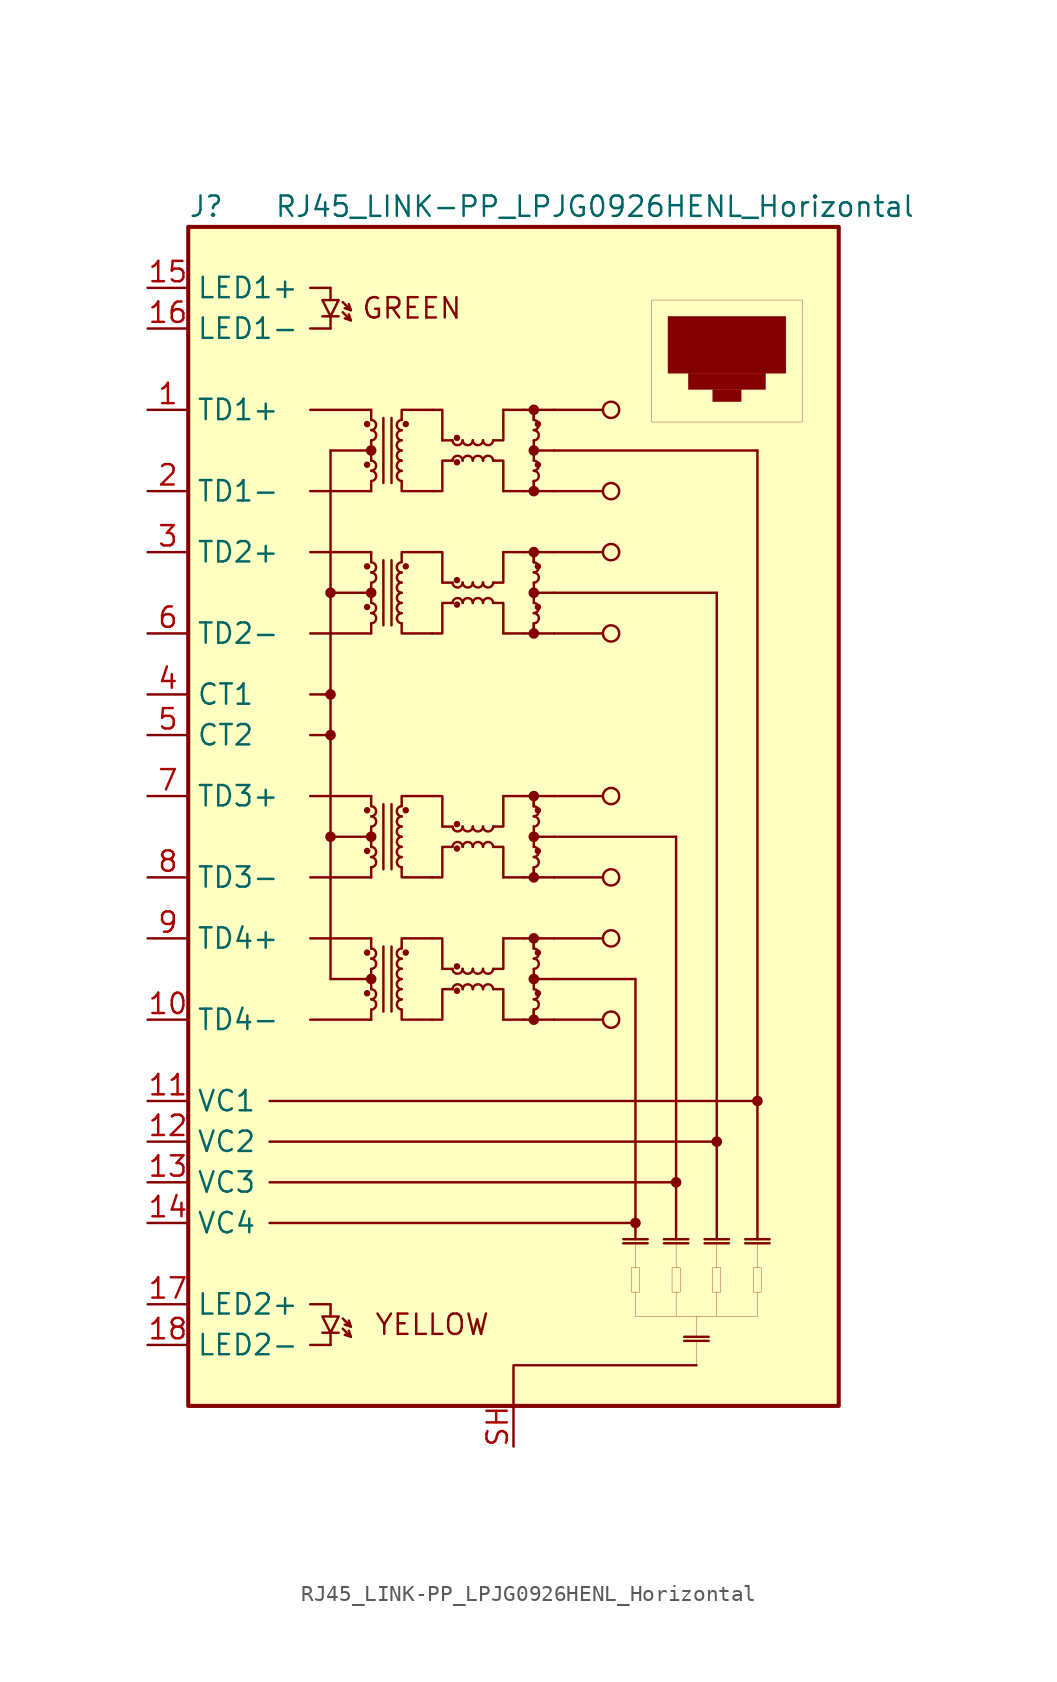
<source format=kicad_sym>
(kicad_symbol_lib
  (version 20231120)
  (generator "kicad_symbol_editor")
  (generator_version "8.0")
  (symbol "RJ45_LINK-PP_LPJG0926HENL_Horizontal"
    (property "Reference" "J"
      (at -20.32 38.1 0)
      (effects (font (size 1.27 1.27)) (justify left)))
    (property "Value" "RJ45_LINK-PP_LPJG0926HENL_Horizontal"
      (at 5.08 38.1 0)
      (effects (font (size 1.27 1.27))))
    (symbol "RJ45_LINK-PP_LPJG0926HENL_Horizontal_0_0"
      (polyline (pts (xy 7.62 -31.242) (xy 15.24 -31.242)) (stroke (width 0.001) (type default)) (fill (type none)))
      (polyline (pts (xy 7.62 -29.718) (xy 7.62 -31.242)) (stroke (width 0.001) (type default)) (fill (type none)))
      (polyline (pts (xy 7.62 -26.67) (xy 7.62 -28.194)) (stroke (width 0.001) (type default)) (fill (type none)))
      (polyline (pts (xy 10.16 -29.718) (xy 10.16 -31.242)) (stroke (width 0.001) (type default)) (fill (type none)))
      (polyline (pts (xy 10.16 -26.67) (xy 10.16 -28.194)) (stroke (width 0.001) (type default)) (fill (type none)))
      (polyline (pts (xy 11.43 -34.29) (xy 11.43 -32.766)) (stroke (width 0.001) (type default)) (fill (type none)))
      (polyline (pts (xy 11.43 -32.512) (xy 11.43 -31.242)) (stroke (width 0.001) (type default)) (fill (type none)))
      (polyline (pts (xy 12.7 -29.718) (xy 12.7 -31.242)) (stroke (width 0.001) (type default)) (fill (type none)))
      (polyline (pts (xy 12.7 -26.67) (xy 12.7 -28.194)) (stroke (width 0.001) (type default)) (fill (type none)))
      (polyline (pts (xy 15.24 -29.718) (xy 15.24 -31.242)) (stroke (width 0.001) (type default)) (fill (type none)))
      (polyline (pts (xy 15.24 -26.67) (xy 15.24 -28.194)) (stroke (width 0.001) (type default)) (fill (type none)))
      (rectangle (start 7.366 -28.194) (end 7.874 -29.718) (stroke (width 0.001) (type default)) (fill (type none)))
      (rectangle (start 8.636 32.258) (end 18.034 24.638) (stroke (width 0.001) (type default)) (fill (type none)))
      (rectangle (start 9.652 31.242) (end 17.018 27.686) (stroke (width 0.001) (type default)) (fill (type outline)))
      (rectangle (start 9.906 -28.194) (end 10.414 -29.718) (stroke (width 0.001) (type default)) (fill (type none)))
      (rectangle (start 10.922 27.686) (end 15.748 26.67) (stroke (width 0.001) (type default)) (fill (type outline)))
      (rectangle (start 12.446 -28.194) (end 12.954 -29.718) (stroke (width 0.001) (type default)) (fill (type none)))
      (rectangle (start 12.446 26.67) (end 14.224 25.908) (stroke (width 0.001) (type default)) (fill (type outline)))
      (rectangle (start 14.986 -28.194) (end 15.494 -29.718) (stroke (width 0.001) (type default)) (fill (type none)))
      (text "GREEN" (at -6.35 31.75 0) (effects (font (size 1.27 1.27))))
      (text "YELLOW" (at -5.08 -31.75 0) (effects (font (size 1.27 1.27)))))
    (symbol "RJ45_LINK-PP_LPJG0926HENL_Horizontal_0_1"
      (rectangle (start -20.32 36.83) (end 20.32 -36.83) (stroke (width 0.254) (type default)) (fill (type background)))
      (circle (center -11.43 -1.27) (radius 0.254) (stroke (width 0) (type default)) (fill (type outline)))
      (circle (center -11.43 5.08) (radius 0.254) (stroke (width 0) (type default)) (fill (type outline)))
      (circle (center -11.43 7.62) (radius 0.254) (stroke (width 0) (type default)) (fill (type outline)))
      (circle (center -11.43 13.97) (radius 0.254) (stroke (width 0) (type default)) (fill (type outline)))
      (circle (center -9.144 -11.049) (radius 0.127) (stroke (width 0) (type default)) (fill (type outline)))
      (circle (center -9.144 -8.509) (radius 0.127) (stroke (width 0) (type default)) (fill (type outline)))
      (circle (center -9.144 -2.159) (radius 0.127) (stroke (width 0) (type default)) (fill (type outline)))
      (circle (center -9.144 0.381) (radius 0.127) (stroke (width 0) (type default)) (fill (type outline)))
      (circle (center -9.144 13.081) (radius 0.127) (stroke (width 0) (type default)) (fill (type outline)))
      (circle (center -9.144 15.621) (radius 0.127) (stroke (width 0) (type default)) (fill (type outline)))
      (circle (center -9.144 21.971) (radius 0.127) (stroke (width 0) (type default)) (fill (type outline)))
      (circle (center -9.144 24.511) (radius 0.127) (stroke (width 0) (type default)) (fill (type outline)))
      (arc (start -8.89 -12.065) (mid -8.5849 -11.7475) (end -8.89 -11.43) (stroke (width 0) (type default)) (fill (type none)))
      (arc (start -8.89 -11.43) (mid -8.5849 -11.1125) (end -8.89 -10.795) (stroke (width 0) (type default)) (fill (type none)))
      (circle (center -8.89 -10.16) (radius 0.254) (stroke (width 0) (type default)) (fill (type outline)))
      (arc (start -8.89 -9.525) (mid -8.5849 -9.2075) (end -8.89 -8.89) (stroke (width 0) (type default)) (fill (type none)))
      (arc (start -8.89 -8.89) (mid -8.5849 -8.5725) (end -8.89 -8.255) (stroke (width 0) (type default)) (fill (type none)))
      (arc (start -8.89 -3.175) (mid -8.5849 -2.8575) (end -8.89 -2.54) (stroke (width 0) (type default)) (fill (type none)))
      (arc (start -8.89 -2.54) (mid -8.5849 -2.2225) (end -8.89 -1.905) (stroke (width 0) (type default)) (fill (type none)))
      (circle (center -8.89 -1.27) (radius 0.254) (stroke (width 0) (type default)) (fill (type outline)))
      (arc (start -8.89 -0.635) (mid -8.5849 -0.3175) (end -8.89 0) (stroke (width 0) (type default)) (fill (type none)))
      (arc (start -8.89 0) (mid -8.5849 0.3175) (end -8.89 0.635) (stroke (width 0) (type default)) (fill (type none)))
      (arc (start -8.89 12.065) (mid -8.5849 12.3825) (end -8.89 12.7) (stroke (width 0) (type default)) (fill (type none)))
      (arc (start -8.89 12.7) (mid -8.5849 13.0175) (end -8.89 13.335) (stroke (width 0) (type default)) (fill (type none)))
      (circle (center -8.89 13.97) (radius 0.254) (stroke (width 0) (type default)) (fill (type outline)))
      (arc (start -8.89 14.605) (mid -8.5849 14.9225) (end -8.89 15.24) (stroke (width 0) (type default)) (fill (type none)))
      (arc (start -8.89 15.24) (mid -8.5849 15.5575) (end -8.89 15.875) (stroke (width 0) (type default)) (fill (type none)))
      (arc (start -8.89 20.955) (mid -8.5849 21.2725) (end -8.89 21.59) (stroke (width 0) (type default)) (fill (type none)))
      (arc (start -8.89 21.59) (mid -8.5849 21.9075) (end -8.89 22.225) (stroke (width 0) (type default)) (fill (type none)))
      (circle (center -8.89 22.86) (radius 0.254) (stroke (width 0) (type default)) (fill (type outline)))
      (arc (start -8.89 23.495) (mid -8.5849 23.8125) (end -8.89 24.13) (stroke (width 0) (type default)) (fill (type none)))
      (arc (start -8.89 24.13) (mid -8.5849 24.4475) (end -8.89 24.765) (stroke (width 0) (type default)) (fill (type none)))
      (arc (start -6.985 -11.43) (mid -7.2901 -11.7475) (end -6.985 -12.065) (stroke (width 0) (type default)) (fill (type none)))
      (arc (start -6.985 -10.795) (mid -7.2901 -11.1125) (end -6.985 -11.43) (stroke (width 0) (type default)) (fill (type none)))
      (arc (start -6.985 -10.16) (mid -7.2901 -10.4775) (end -6.985 -10.795) (stroke (width 0) (type default)) (fill (type none)))
      (arc (start -6.985 -9.525) (mid -7.2901 -9.8425) (end -6.985 -10.16) (stroke (width 0) (type default)) (fill (type none)))
      (arc (start -6.985 -8.89) (mid -7.2901 -9.2075) (end -6.985 -9.525) (stroke (width 0) (type default)) (fill (type none)))
      (arc (start -6.985 -8.255) (mid -7.2901 -8.5725) (end -6.985 -8.89) (stroke (width 0) (type default)) (fill (type none)))
      (arc (start -6.985 -2.54) (mid -7.2901 -2.8575) (end -6.985 -3.175) (stroke (width 0) (type default)) (fill (type none)))
      (arc (start -6.985 -1.905) (mid -7.2901 -2.2225) (end -6.985 -2.54) (stroke (width 0) (type default)) (fill (type none)))
      (arc (start -6.985 -1.27) (mid -7.2901 -1.5875) (end -6.985 -1.905) (stroke (width 0) (type default)) (fill (type none)))
      (arc (start -6.985 -0.635) (mid -7.2901 -0.9525) (end -6.985 -1.27) (stroke (width 0) (type default)) (fill (type none)))
      (arc (start -6.985 0) (mid -7.2901 -0.3175) (end -6.985 -0.635) (stroke (width 0) (type default)) (fill (type none)))
      (arc (start -6.985 0.635) (mid -7.2901 0.3175) (end -6.985 0) (stroke (width 0) (type default)) (fill (type none)))
      (arc (start -6.985 12.7) (mid -7.2901 12.3825) (end -6.985 12.065) (stroke (width 0) (type default)) (fill (type none)))
      (arc (start -6.985 13.335) (mid -7.2901 13.0175) (end -6.985 12.7) (stroke (width 0) (type default)) (fill (type none)))
      (arc (start -6.985 13.97) (mid -7.2901 13.6525) (end -6.985 13.335) (stroke (width 0) (type default)) (fill (type none)))
      (arc (start -6.985 14.605) (mid -7.2901 14.2875) (end -6.985 13.97) (stroke (width 0) (type default)) (fill (type none)))
      (arc (start -6.985 15.24) (mid -7.2901 14.9225) (end -6.985 14.605) (stroke (width 0) (type default)) (fill (type none)))
      (arc (start -6.985 15.875) (mid -7.2901 15.5575) (end -6.985 15.24) (stroke (width 0) (type default)) (fill (type none)))
      (arc (start -6.985 21.59) (mid -7.2901 21.2725) (end -6.985 20.955) (stroke (width 0) (type default)) (fill (type none)))
      (arc (start -6.985 22.225) (mid -7.2901 21.9075) (end -6.985 21.59) (stroke (width 0) (type default)) (fill (type none)))
      (arc (start -6.985 22.86) (mid -7.2901 22.5425) (end -6.985 22.225) (stroke (width 0) (type default)) (fill (type none)))
      (arc (start -6.985 23.495) (mid -7.2901 23.1775) (end -6.985 22.86) (stroke (width 0) (type default)) (fill (type none)))
      (arc (start -6.985 24.13) (mid -7.2901 23.8125) (end -6.985 23.495) (stroke (width 0) (type default)) (fill (type none)))
      (arc (start -6.985 24.765) (mid -7.2901 24.4475) (end -6.985 24.13) (stroke (width 0) (type default)) (fill (type none)))
      (circle (center -6.731 -8.509) (radius 0.127) (stroke (width 0) (type default)) (fill (type outline)))
      (circle (center -6.731 0.381) (radius 0.127) (stroke (width 0) (type default)) (fill (type outline)))
      (circle (center -6.731 15.621) (radius 0.127) (stroke (width 0) (type default)) (fill (type outline)))
      (circle (center -6.731 24.511) (radius 0.127) (stroke (width 0) (type default)) (fill (type outline)))
      (arc (start -3.81 -9.525) (mid -3.4925 -9.8301) (end -3.175 -9.525) (stroke (width 0) (type default)) (fill (type none)))
      (arc (start -3.81 -0.635) (mid -3.4925 -0.9401) (end -3.175 -0.635) (stroke (width 0) (type default)) (fill (type none)))
      (arc (start -3.81 14.605) (mid -3.4925 14.2999) (end -3.175 14.605) (stroke (width 0) (type default)) (fill (type none)))
      (arc (start -3.81 23.495) (mid -3.4925 23.1899) (end -3.175 23.495) (stroke (width 0) (type default)) (fill (type none)))
      (circle (center -3.531 -10.897) (radius 0.127) (stroke (width 0) (type default)) (fill (type outline)))
      (circle (center -3.531 -9.373) (radius 0.127) (stroke (width 0) (type default)) (fill (type outline)))
      (circle (center -3.531 -2.007) (radius 0.127) (stroke (width 0) (type default)) (fill (type outline)))
      (circle (center -3.531 -0.483) (radius 0.127) (stroke (width 0) (type default)) (fill (type outline)))
      (circle (center -3.531 13.233) (radius 0.127) (stroke (width 0) (type default)) (fill (type outline)))
      (circle (center -3.531 14.757) (radius 0.127) (stroke (width 0) (type default)) (fill (type outline)))
      (circle (center -3.531 22.123) (radius 0.127) (stroke (width 0) (type default)) (fill (type outline)))
      (circle (center -3.531 23.647) (radius 0.127) (stroke (width 0) (type default)) (fill (type outline)))
      (arc (start -3.175 -10.795) (mid -3.4925 -10.4899) (end -3.81 -10.795) (stroke (width 0) (type default)) (fill (type none)))
      (arc (start -3.175 -9.525) (mid -2.8575 -9.8301) (end -2.54 -9.525) (stroke (width 0) (type default)) (fill (type none)))
      (arc (start -3.175 -1.905) (mid -3.4925 -1.5999) (end -3.81 -1.905) (stroke (width 0) (type default)) (fill (type none)))
      (arc (start -3.175 -0.635) (mid -2.8575 -0.9401) (end -2.54 -0.635) (stroke (width 0) (type default)) (fill (type none)))
      (arc (start -3.175 13.335) (mid -3.4925 13.6401) (end -3.81 13.335) (stroke (width 0) (type default)) (fill (type none)))
      (arc (start -3.175 14.605) (mid -2.8575 14.2999) (end -2.54 14.605) (stroke (width 0) (type default)) (fill (type none)))
      (arc (start -3.175 22.225) (mid -3.4925 22.5301) (end -3.81 22.225) (stroke (width 0) (type default)) (fill (type none)))
      (arc (start -3.175 23.495) (mid -2.8575 23.1899) (end -2.54 23.495) (stroke (width 0) (type default)) (fill (type none)))
      (arc (start -2.54 -10.795) (mid -2.8575 -10.4899) (end -3.175 -10.795) (stroke (width 0) (type default)) (fill (type none)))
      (arc (start -2.54 -9.525) (mid -2.2225 -9.8301) (end -1.905 -9.525) (stroke (width 0) (type default)) (fill (type none)))
      (arc (start -2.54 -1.905) (mid -2.8575 -1.5999) (end -3.175 -1.905) (stroke (width 0) (type default)) (fill (type none)))
      (arc (start -2.54 -0.635) (mid -2.2225 -0.9401) (end -1.905 -0.635) (stroke (width 0) (type default)) (fill (type none)))
      (arc (start -2.54 13.335) (mid -2.8575 13.6401) (end -3.175 13.335) (stroke (width 0) (type default)) (fill (type none)))
      (arc (start -2.54 14.605) (mid -2.2225 14.2999) (end -1.905 14.605) (stroke (width 0) (type default)) (fill (type none)))
      (arc (start -2.54 22.225) (mid -2.8575 22.5301) (end -3.175 22.225) (stroke (width 0) (type default)) (fill (type none)))
      (arc (start -2.54 23.495) (mid -2.2225 23.1899) (end -1.905 23.495) (stroke (width 0) (type default)) (fill (type none)))
      (arc (start -1.905 -10.795) (mid -2.2225 -10.4899) (end -2.54 -10.795) (stroke (width 0) (type default)) (fill (type none)))
      (arc (start -1.905 -9.525) (mid -1.5875 -9.8301) (end -1.27 -9.525) (stroke (width 0) (type default)) (fill (type none)))
      (arc (start -1.905 -1.905) (mid -2.2225 -1.5999) (end -2.54 -1.905) (stroke (width 0) (type default)) (fill (type none)))
      (arc (start -1.905 -0.635) (mid -1.5875 -0.9401) (end -1.27 -0.635) (stroke (width 0) (type default)) (fill (type none)))
      (arc (start -1.905 13.335) (mid -2.2225 13.6401) (end -2.54 13.335) (stroke (width 0) (type default)) (fill (type none)))
      (arc (start -1.905 14.605) (mid -1.5875 14.2999) (end -1.27 14.605) (stroke (width 0) (type default)) (fill (type none)))
      (arc (start -1.905 22.225) (mid -2.2225 22.5301) (end -2.54 22.225) (stroke (width 0) (type default)) (fill (type none)))
      (arc (start -1.905 23.495) (mid -1.5875 23.1899) (end -1.27 23.495) (stroke (width 0) (type default)) (fill (type none)))
      (arc (start -1.27 -10.795) (mid -1.5875 -10.4899) (end -1.905 -10.795) (stroke (width 0) (type default)) (fill (type none)))
      (arc (start -1.27 -1.905) (mid -1.5875 -1.5999) (end -1.905 -1.905) (stroke (width 0) (type default)) (fill (type none)))
      (arc (start -1.27 13.335) (mid -1.5875 13.6401) (end -1.905 13.335) (stroke (width 0) (type default)) (fill (type none)))
      (arc (start -1.27 22.225) (mid -1.5875 22.5301) (end -1.905 22.225) (stroke (width 0) (type default)) (fill (type none)))
      (polyline (pts (xy -15.24 -25.4) (xy 7.62 -25.4)) (stroke (width 0) (type default)) (fill (type none)))
      (polyline (pts (xy -15.24 -22.86) (xy 10.16 -22.86)) (stroke (width 0) (type default)) (fill (type none)))
      (polyline (pts (xy -15.24 -20.32) (xy 12.7 -20.32)) (stroke (width 0) (type default)) (fill (type none)))
      (polyline (pts (xy -15.24 -17.78) (xy 15.24 -17.78)) (stroke (width 0) (type default)) (fill (type none)))
      (polyline (pts (xy -12.7 -12.7) (xy -8.89 -12.7)) (stroke (width 0) (type default)) (fill (type none)))
      (polyline (pts (xy -12.7 -7.62) (xy -8.89 -7.62)) (stroke (width 0) (type default)) (fill (type none)))
      (polyline (pts (xy -12.7 -3.81) (xy -8.89 -3.81)) (stroke (width 0) (type default)) (fill (type none)))
      (polyline (pts (xy -12.7 1.27) (xy -8.89 1.27)) (stroke (width 0) (type default)) (fill (type none)))
      (polyline (pts (xy -12.7 5.08) (xy -11.43 5.08)) (stroke (width 0) (type default)) (fill (type none)))
      (polyline (pts (xy -12.7 7.62) (xy -11.43 7.62)) (stroke (width 0) (type default)) (fill (type none)))
      (polyline (pts (xy -12.7 11.43) (xy -8.89 11.43)) (stroke (width 0) (type default)) (fill (type none)))
      (polyline (pts (xy -12.7 16.51) (xy -8.89 16.51)) (stroke (width 0) (type default)) (fill (type none)))
      (polyline (pts (xy -12.7 20.32) (xy -8.89 20.32)) (stroke (width 0) (type default)) (fill (type none)))
      (polyline (pts (xy -12.7 25.4) (xy -8.89 25.4)) (stroke (width 0) (type default)) (fill (type none)))
      (polyline (pts (xy -11.43 -10.16) (xy -11.43 22.86)) (stroke (width 0) (type default)) (fill (type none)))
      (polyline (pts (xy -11.43 -10.16) (xy -8.89 -10.16)) (stroke (width 0) (type default)) (fill (type none)))
      (polyline (pts (xy -11.43 -1.27) (xy -8.89 -1.27)) (stroke (width 0) (type default)) (fill (type none)))
      (polyline (pts (xy -11.43 13.97) (xy -8.89 13.97)) (stroke (width 0) (type default)) (fill (type none)))
      (polyline (pts (xy -11.43 22.86) (xy -8.89 22.86)) (stroke (width 0) (type default)) (fill (type none)))
      (polyline (pts (xy -8.89 -12.7) (xy -8.89 -12.065)) (stroke (width 0) (type default)) (fill (type none)))
      (polyline (pts (xy -8.89 -10.16) (xy -8.89 -10.795)) (stroke (width 0) (type default)) (fill (type none)))
      (polyline (pts (xy -8.89 -10.16) (xy -8.89 -9.525)) (stroke (width 0) (type default)) (fill (type none)))
      (polyline (pts (xy -8.89 -7.62) (xy -8.89 -8.255)) (stroke (width 0) (type default)) (fill (type none)))
      (polyline (pts (xy -8.89 -3.81) (xy -8.89 -3.175)) (stroke (width 0) (type default)) (fill (type none)))
      (polyline (pts (xy -8.89 -1.27) (xy -8.89 -1.905)) (stroke (width 0) (type default)) (fill (type none)))
      (polyline (pts (xy -8.89 -1.27) (xy -8.89 -0.635)) (stroke (width 0) (type default)) (fill (type none)))
      (polyline (pts (xy -8.89 1.27) (xy -8.89 0.635)) (stroke (width 0) (type default)) (fill (type none)))
      (polyline (pts (xy -8.89 11.43) (xy -8.89 12.065)) (stroke (width 0) (type default)) (fill (type none)))
      (polyline (pts (xy -8.89 13.97) (xy -8.89 13.335)) (stroke (width 0) (type default)) (fill (type none)))
      (polyline (pts (xy -8.89 13.97) (xy -8.89 14.605)) (stroke (width 0) (type default)) (fill (type none)))
      (polyline (pts (xy -8.89 16.51) (xy -8.89 15.875)) (stroke (width 0) (type default)) (fill (type none)))
      (polyline (pts (xy -8.89 20.32) (xy -8.89 20.955)) (stroke (width 0) (type default)) (fill (type none)))
      (polyline (pts (xy -8.89 22.86) (xy -8.89 22.225)) (stroke (width 0) (type default)) (fill (type none)))
      (polyline (pts (xy -8.89 22.86) (xy -8.89 23.495)) (stroke (width 0) (type default)) (fill (type none)))
      (polyline (pts (xy -8.89 25.4) (xy -8.89 24.765)) (stroke (width 0) (type default)) (fill (type none)))
      (polyline (pts (xy -8.128 -12.192) (xy -8.128 -8.128)) (stroke (width 0) (type default)) (fill (type none)))
      (polyline (pts (xy -8.128 -3.302) (xy -8.128 0.762)) (stroke (width 0) (type default)) (fill (type none)))
      (polyline (pts (xy -8.128 11.938) (xy -8.128 16.002)) (stroke (width 0) (type default)) (fill (type none)))
      (polyline (pts (xy -8.128 20.828) (xy -8.128 24.892)) (stroke (width 0) (type default)) (fill (type none)))
      (polyline (pts (xy -7.62 -12.192) (xy -7.62 -8.128)) (stroke (width 0) (type default)) (fill (type none)))
      (polyline (pts (xy -7.62 -3.302) (xy -7.62 0.762)) (stroke (width 0) (type default)) (fill (type none)))
      (polyline (pts (xy -7.62 11.938) (xy -7.62 16.002)) (stroke (width 0) (type default)) (fill (type none)))
      (polyline (pts (xy -7.62 20.828) (xy -7.62 24.892)) (stroke (width 0) (type default)) (fill (type none)))
      (polyline (pts (xy -4.445 -9.525) (xy -3.81 -9.525)) (stroke (width 0) (type default)) (fill (type none)))
      (polyline (pts (xy -4.445 -0.635) (xy -3.81 -0.635)) (stroke (width 0) (type default)) (fill (type none)))
      (polyline (pts (xy -4.445 14.605) (xy -3.81 14.605)) (stroke (width 0) (type default)) (fill (type none)))
      (polyline (pts (xy -4.445 23.495) (xy -3.81 23.495)) (stroke (width 0) (type default)) (fill (type none)))
      (polyline (pts (xy -0.635 -12.7) (xy 0.635 -12.7)) (stroke (width 0) (type default)) (fill (type none)))
      (polyline (pts (xy -0.635 -7.62) (xy 0.635 -7.62)) (stroke (width 0) (type default)) (fill (type none)))
      (polyline (pts (xy -0.635 -3.81) (xy 0.635 -3.81)) (stroke (width 0) (type default)) (fill (type none)))
      (polyline (pts (xy -0.635 1.27) (xy 0.635 1.27)) (stroke (width 0) (type default)) (fill (type none)))
      (polyline (pts (xy -0.635 11.43) (xy 0.635 11.43)) (stroke (width 0) (type default)) (fill (type none)))
      (polyline (pts (xy -0.635 16.51) (xy 0.635 16.51)) (stroke (width 0) (type default)) (fill (type none)))
      (polyline (pts (xy -0.635 20.32) (xy 0.635 20.32)) (stroke (width 0) (type default)) (fill (type none)))
      (polyline (pts (xy -0.635 25.4) (xy 0.635 25.4)) (stroke (width 0) (type default)) (fill (type none)))
      (polyline (pts (xy 1.27 -12.7) (xy 1.27 -12.065)) (stroke (width 0) (type default)) (fill (type none)))
      (polyline (pts (xy 1.27 -10.16) (xy 1.27 -10.795)) (stroke (width 0) (type default)) (fill (type none)))
      (polyline (pts (xy 1.27 -10.16) (xy 1.27 -9.525)) (stroke (width 0) (type default)) (fill (type none)))
      (polyline (pts (xy 1.27 -7.62) (xy 1.27 -8.255)) (stroke (width 0) (type default)) (fill (type none)))
      (polyline (pts (xy 1.27 -3.81) (xy 1.27 -3.175)) (stroke (width 0) (type default)) (fill (type none)))
      (polyline (pts (xy 1.27 -1.27) (xy 1.27 -1.905)) (stroke (width 0) (type default)) (fill (type none)))
      (polyline (pts (xy 1.27 -1.27) (xy 1.27 -0.635)) (stroke (width 0) (type default)) (fill (type none)))
      (polyline (pts (xy 1.27 1.27) (xy 1.27 0.635)) (stroke (width 0) (type default)) (fill (type none)))
      (polyline (pts (xy 1.27 11.43) (xy 1.27 12.065)) (stroke (width 0) (type default)) (fill (type none)))
      (polyline (pts (xy 1.27 13.97) (xy 1.27 13.335)) (stroke (width 0) (type default)) (fill (type none)))
      (polyline (pts (xy 1.27 13.97) (xy 1.27 14.605)) (stroke (width 0) (type default)) (fill (type none)))
      (polyline (pts (xy 1.27 16.51) (xy 1.27 15.875)) (stroke (width 0) (type default)) (fill (type none)))
      (polyline (pts (xy 1.27 20.32) (xy 1.27 20.955)) (stroke (width 0) (type default)) (fill (type none)))
      (polyline (pts (xy 1.27 22.86) (xy 1.27 22.225)) (stroke (width 0) (type default)) (fill (type none)))
      (polyline (pts (xy 1.27 22.86) (xy 1.27 23.495)) (stroke (width 0) (type default)) (fill (type none)))
      (polyline (pts (xy 1.27 25.4) (xy 1.27 24.765)) (stroke (width 0) (type default)) (fill (type none)))
      (polyline (pts (xy 2.54 -12.7) (xy 1.27 -12.7)) (stroke (width 0) (type default)) (fill (type none)))
      (polyline (pts (xy 2.54 -12.7) (xy 5.588 -12.7)) (stroke (width 0) (type default)) (fill (type none)))
      (polyline (pts (xy 2.54 -10.16) (xy 1.27 -10.16)) (stroke (width 0) (type default)) (fill (type none)))
      (polyline (pts (xy 2.54 -10.16) (xy 7.62 -10.16)) (stroke (width 0) (type default)) (fill (type none)))
      (polyline (pts (xy 2.54 -7.62) (xy 1.27 -7.62)) (stroke (width 0) (type default)) (fill (type none)))
      (polyline (pts (xy 2.54 -7.62) (xy 5.588 -7.62)) (stroke (width 0) (type default)) (fill (type none)))
      (polyline (pts (xy 2.54 -3.81) (xy 1.27 -3.81)) (stroke (width 0) (type default)) (fill (type none)))
      (polyline (pts (xy 2.54 -3.81) (xy 5.588 -3.81)) (stroke (width 0) (type default)) (fill (type none)))
      (polyline (pts (xy 2.54 -1.27) (xy 1.27 -1.27)) (stroke (width 0) (type default)) (fill (type none)))
      (polyline (pts (xy 2.54 -1.27) (xy 10.16 -1.27)) (stroke (width 0) (type default)) (fill (type none)))
      (polyline (pts (xy 2.54 1.27) (xy 1.27 1.27)) (stroke (width 0) (type default)) (fill (type none)))
      (polyline (pts (xy 2.54 1.27) (xy 5.588 1.27)) (stroke (width 0) (type default)) (fill (type none)))
      (polyline (pts (xy 2.54 11.43) (xy 1.27 11.43)) (stroke (width 0) (type default)) (fill (type none)))
      (polyline (pts (xy 2.54 11.43) (xy 5.588 11.43)) (stroke (width 0) (type default)) (fill (type none)))
      (polyline (pts (xy 2.54 13.97) (xy 1.27 13.97)) (stroke (width 0) (type default)) (fill (type none)))
      (polyline (pts (xy 2.54 13.97) (xy 12.7 13.97)) (stroke (width 0) (type default)) (fill (type none)))
      (polyline (pts (xy 2.54 16.51) (xy 1.27 16.51)) (stroke (width 0) (type default)) (fill (type none)))
      (polyline (pts (xy 2.54 16.51) (xy 5.588 16.51)) (stroke (width 0) (type default)) (fill (type none)))
      (polyline (pts (xy 2.54 20.32) (xy 1.27 20.32)) (stroke (width 0) (type default)) (fill (type none)))
      (polyline (pts (xy 2.54 20.32) (xy 5.588 20.32)) (stroke (width 0) (type default)) (fill (type none)))
      (polyline (pts (xy 2.54 22.86) (xy 1.27 22.86)) (stroke (width 0) (type default)) (fill (type none)))
      (polyline (pts (xy 2.54 25.4) (xy 1.27 25.4)) (stroke (width 0) (type default)) (fill (type none)))
      (polyline (pts (xy 2.54 25.4) (xy 5.588 25.4)) (stroke (width 0) (type default)) (fill (type none)))
      (polyline (pts (xy 7.62 -26.416) (xy 7.62 -10.16)) (stroke (width 0) (type default)) (fill (type none)))
      (polyline (pts (xy 8.382 -26.67) (xy 6.858 -26.67)) (stroke (width 0) (type default)) (fill (type none)))
      (polyline (pts (xy 8.382 -26.416) (xy 6.858 -26.416)) (stroke (width 0) (type default)) (fill (type none)))
      (polyline (pts (xy 10.16 -26.416) (xy 10.16 -1.27)) (stroke (width 0) (type default)) (fill (type none)))
      (polyline (pts (xy 10.922 -26.67) (xy 9.398 -26.67)) (stroke (width 0) (type default)) (fill (type none)))
      (polyline (pts (xy 10.922 -26.416) (xy 9.398 -26.416)) (stroke (width 0) (type default)) (fill (type none)))
      (polyline (pts (xy 12.192 -32.766) (xy 10.668 -32.766)) (stroke (width 0) (type default)) (fill (type none)))
      (polyline (pts (xy 12.192 -32.512) (xy 10.668 -32.512)) (stroke (width 0) (type default)) (fill (type none)))
      (polyline (pts (xy 12.7 -26.416) (xy 12.7 13.97)) (stroke (width 0) (type default)) (fill (type none)))
      (polyline (pts (xy 13.462 -26.67) (xy 11.938 -26.67)) (stroke (width 0) (type default)) (fill (type none)))
      (polyline (pts (xy 13.462 -26.416) (xy 11.938 -26.416)) (stroke (width 0) (type default)) (fill (type none)))
      (polyline (pts (xy 15.24 -26.416) (xy 15.24 22.86)) (stroke (width 0) (type default)) (fill (type none)))
      (polyline (pts (xy 15.24 22.86) (xy 2.54 22.86)) (stroke (width 0) (type default)) (fill (type none)))
      (polyline (pts (xy 16.002 -26.67) (xy 14.478 -26.67)) (stroke (width 0) (type default)) (fill (type none)))
      (polyline (pts (xy 16.002 -26.416) (xy 14.478 -26.416)) (stroke (width 0) (type default)) (fill (type none)))
      (polyline (pts (xy -6.985 -12.065) (xy -6.985 -12.7) (xy -5.08 -12.7)) (stroke (width 0) (type default)) (fill (type none)))
      (polyline (pts (xy -6.985 -8.255) (xy -6.985 -7.62) (xy -5.08 -7.62)) (stroke (width 0) (type default)) (fill (type none)))
      (polyline (pts (xy -6.985 -3.175) (xy -6.985 -3.81) (xy -5.08 -3.81)) (stroke (width 0) (type default)) (fill (type none)))
      (polyline (pts (xy -6.985 0.635) (xy -6.985 1.27) (xy -5.08 1.27)) (stroke (width 0) (type default)) (fill (type none)))
      (polyline (pts (xy -6.985 12.065) (xy -6.985 11.43) (xy -5.08 11.43)) (stroke (width 0) (type default)) (fill (type none)))
      (polyline (pts (xy -6.985 15.875) (xy -6.985 16.51) (xy -5.08 16.51)) (stroke (width 0) (type default)) (fill (type none)))
      (polyline (pts (xy -6.985 20.955) (xy -6.985 20.32) (xy -5.08 20.32)) (stroke (width 0) (type default)) (fill (type none)))
      (polyline (pts (xy -6.985 24.765) (xy -6.985 25.4) (xy -5.08 25.4)) (stroke (width 0) (type default)) (fill (type none)))
      (polyline (pts (xy -5.08 -7.62) (xy -4.445 -7.62) (xy -4.445 -9.525)) (stroke (width 0) (type default)) (fill (type none)))
      (polyline (pts (xy -5.08 1.27) (xy -4.445 1.27) (xy -4.445 -0.635)) (stroke (width 0) (type default)) (fill (type none)))
      (polyline (pts (xy -5.08 16.51) (xy -4.445 16.51) (xy -4.445 14.605)) (stroke (width 0) (type default)) (fill (type none)))
      (polyline (pts (xy -5.08 25.4) (xy -4.445 25.4) (xy -4.445 23.495)) (stroke (width 0) (type default)) (fill (type none)))
      (polyline (pts (xy -1.27 -10.795) (xy -0.635 -10.795) (xy -0.635 -12.7)) (stroke (width 0) (type default)) (fill (type none)))
      (polyline (pts (xy -1.27 -9.525) (xy -0.635 -9.525) (xy -0.635 -7.62)) (stroke (width 0) (type default)) (fill (type none)))
      (polyline (pts (xy -1.27 -1.905) (xy -0.635 -1.905) (xy -0.635 -3.81)) (stroke (width 0) (type default)) (fill (type none)))
      (polyline (pts (xy -1.27 -0.635) (xy -0.635 -0.635) (xy -0.635 1.27)) (stroke (width 0) (type default)) (fill (type none)))
      (polyline (pts (xy -1.27 13.335) (xy -0.635 13.335) (xy -0.635 11.43)) (stroke (width 0) (type default)) (fill (type none)))
      (polyline (pts (xy -1.27 14.605) (xy -0.635 14.605) (xy -0.635 16.51)) (stroke (width 0) (type default)) (fill (type none)))
      (polyline (pts (xy -1.27 22.225) (xy -0.635 22.225) (xy -0.635 20.32)) (stroke (width 0) (type default)) (fill (type none)))
      (polyline (pts (xy -1.27 23.495) (xy -0.635 23.495) (xy -0.635 25.4)) (stroke (width 0) (type default)) (fill (type none)))
      (polyline (pts (xy 0.635 -12.7) (xy 1.27 -12.7) (xy 1.27 -12.065)) (stroke (width 0) (type default)) (fill (type none)))
      (polyline (pts (xy 0.635 -7.62) (xy 1.27 -7.62) (xy 1.27 -8.255)) (stroke (width 0) (type default)) (fill (type none)))
      (polyline (pts (xy 0.635 -3.81) (xy 1.27 -3.81) (xy 1.27 -3.175)) (stroke (width 0) (type default)) (fill (type none)))
      (polyline (pts (xy 0.635 1.27) (xy 1.27 1.27) (xy 1.27 0.635)) (stroke (width 0) (type default)) (fill (type none)))
      (polyline (pts (xy 0.635 11.43) (xy 1.27 11.43) (xy 1.27 12.065)) (stroke (width 0) (type default)) (fill (type none)))
      (polyline (pts (xy 0.635 16.51) (xy 1.27 16.51) (xy 1.27 15.875)) (stroke (width 0) (type default)) (fill (type none)))
      (polyline (pts (xy 0.635 20.32) (xy 1.27 20.32) (xy 1.27 20.955)) (stroke (width 0) (type default)) (fill (type none)))
      (polyline (pts (xy 0.635 25.4) (xy 1.27 25.4) (xy 1.27 24.765)) (stroke (width 0) (type default)) (fill (type none)))
      (polyline (pts (xy 11.43 -34.29) (xy 0 -34.29) (xy 0 -36.83)) (stroke (width 0) (type default)) (fill (type none)))
      (polyline (pts (xy -5.08 -12.7) (xy -4.445 -12.7) (xy -4.445 -10.795) (xy -3.81 -10.795)) (stroke (width 0) (type default)) (fill (type none)))
      (polyline (pts (xy -5.08 -3.81) (xy -4.445 -3.81) (xy -4.445 -1.905) (xy -3.81 -1.905)) (stroke (width 0) (type default)) (fill (type none)))
      (polyline (pts (xy -5.08 11.43) (xy -4.445 11.43) (xy -4.445 13.335) (xy -3.81 13.335)) (stroke (width 0) (type default)) (fill (type none)))
      (polyline (pts (xy -5.08 20.32) (xy -4.445 20.32) (xy -4.445 22.225) (xy -3.81 22.225)) (stroke (width 0) (type default)) (fill (type none)))
      (circle (center 1.27 -12.7) (radius 0.254) (stroke (width 0) (type default)) (fill (type outline)))
      (arc (start 1.27 -12.065) (mid 1.5751 -11.7475) (end 1.27 -11.43) (stroke (width 0) (type default)) (fill (type none)))
      (arc (start 1.27 -11.43) (mid 1.5751 -11.1125) (end 1.27 -10.795) (stroke (width 0) (type default)) (fill (type none)))
      (circle (center 1.27 -10.16) (radius 0.254) (stroke (width 0) (type default)) (fill (type outline)))
      (arc (start 1.27 -9.525) (mid 1.5751 -9.2075) (end 1.27 -8.89) (stroke (width 0) (type default)) (fill (type none)))
      (arc (start 1.27 -8.89) (mid 1.5751 -8.5725) (end 1.27 -8.255) (stroke (width 0) (type default)) (fill (type none)))
      (circle (center 1.27 -7.62) (radius 0.254) (stroke (width 0) (type default)) (fill (type outline)))
      (circle (center 1.27 -3.81) (radius 0.254) (stroke (width 0) (type default)) (fill (type outline)))
      (arc (start 1.27 -3.175) (mid 1.5751 -2.8575) (end 1.27 -2.54) (stroke (width 0) (type default)) (fill (type none)))
      (arc (start 1.27 -2.54) (mid 1.5751 -2.2225) (end 1.27 -1.905) (stroke (width 0) (type default)) (fill (type none)))
      (circle (center 1.27 -1.27) (radius 0.254) (stroke (width 0) (type default)) (fill (type outline)))
      (arc (start 1.27 -0.635) (mid 1.5751 -0.3175) (end 1.27 0) (stroke (width 0) (type default)) (fill (type none)))
      (arc (start 1.27 0) (mid 1.5751 0.3175) (end 1.27 0.635) (stroke (width 0) (type default)) (fill (type none)))
      (circle (center 1.27 1.27) (radius 0.254) (stroke (width 0) (type default)) (fill (type outline)))
      (circle (center 1.27 11.43) (radius 0.254) (stroke (width 0) (type default)) (fill (type outline)))
      (arc (start 1.27 12.065) (mid 1.5751 12.3825) (end 1.27 12.7) (stroke (width 0) (type default)) (fill (type none)))
      (arc (start 1.27 12.7) (mid 1.5751 13.0175) (end 1.27 13.335) (stroke (width 0) (type default)) (fill (type none)))
      (circle (center 1.27 13.97) (radius 0.254) (stroke (width 0) (type default)) (fill (type outline)))
      (arc (start 1.27 14.605) (mid 1.5751 14.9225) (end 1.27 15.24) (stroke (width 0) (type default)) (fill (type none)))
      (arc (start 1.27 15.24) (mid 1.5751 15.5575) (end 1.27 15.875) (stroke (width 0) (type default)) (fill (type none)))
      (circle (center 1.27 16.51) (radius 0.254) (stroke (width 0) (type default)) (fill (type outline)))
      (circle (center 1.27 20.32) (radius 0.254) (stroke (width 0) (type default)) (fill (type outline)))
      (arc (start 1.27 20.955) (mid 1.5751 21.2725) (end 1.27 21.59) (stroke (width 0) (type default)) (fill (type none)))
      (arc (start 1.27 21.59) (mid 1.5751 21.9075) (end 1.27 22.225) (stroke (width 0) (type default)) (fill (type none)))
      (circle (center 1.27 22.86) (radius 0.254) (stroke (width 0) (type default)) (fill (type outline)))
      (arc (start 1.27 23.495) (mid 1.5751 23.8125) (end 1.27 24.13) (stroke (width 0) (type default)) (fill (type none)))
      (arc (start 1.27 24.13) (mid 1.5751 24.4475) (end 1.27 24.765) (stroke (width 0) (type default)) (fill (type none)))
      (circle (center 1.27 25.4) (radius 0.254) (stroke (width 0) (type default)) (fill (type outline)))
      (circle (center 1.524 -11.049) (radius 0.127) (stroke (width 0) (type default)) (fill (type outline)))
      (circle (center 1.524 -8.509) (radius 0.127) (stroke (width 0) (type default)) (fill (type outline)))
      (circle (center 1.524 -2.159) (radius 0.127) (stroke (width 0) (type default)) (fill (type outline)))
      (circle (center 1.524 0.381) (radius 0.127) (stroke (width 0) (type default)) (fill (type outline)))
      (circle (center 1.524 13.081) (radius 0.127) (stroke (width 0) (type default)) (fill (type outline)))
      (circle (center 1.524 15.621) (radius 0.127) (stroke (width 0) (type default)) (fill (type outline)))
      (circle (center 1.524 21.971) (radius 0.127) (stroke (width 0) (type default)) (fill (type outline)))
      (circle (center 1.524 24.511) (radius 0.127) (stroke (width 0) (type default)) (fill (type outline)))
      (circle (center 6.096 -12.7) (radius 0.508) (stroke (width 0) (type default)) (fill (type none)))
      (circle (center 6.096 -7.62) (radius 0.508) (stroke (width 0) (type default)) (fill (type none)))
      (circle (center 6.096 -3.81) (radius 0.508) (stroke (width 0) (type default)) (fill (type none)))
      (circle (center 6.096 1.27) (radius 0.508) (stroke (width 0) (type default)) (fill (type none)))
      (circle (center 6.096 11.43) (radius 0.508) (stroke (width 0) (type default)) (fill (type none)))
      (circle (center 6.096 16.51) (radius 0.508) (stroke (width 0) (type default)) (fill (type none)))
      (circle (center 6.096 20.32) (radius 0.508) (stroke (width 0) (type default)) (fill (type none)))
      (circle (center 6.096 25.4) (radius 0.508) (stroke (width 0) (type default)) (fill (type none)))
      (circle (center 7.62 -25.4) (radius 0.254) (stroke (width 0) (type default)) (fill (type outline)))
      (circle (center 10.16 -22.86) (radius 0.254) (stroke (width 0) (type default)) (fill (type outline)))
      (circle (center 12.7 -20.32) (radius 0.254) (stroke (width 0) (type default)) (fill (type outline)))
      (circle (center 15.24 -17.78) (radius 0.254) (stroke (width 0) (type default)) (fill (type outline))))
    (symbol "RJ45_LINK-PP_LPJG0926HENL_Horizontal_1_1"
      (polyline (pts (xy -12.7 -33.02) (xy -11.43 -33.02)) (stroke (width 0) (type default)) (fill (type none)))
      (polyline (pts (xy -12.7 -30.48) (xy -11.43 -30.48)) (stroke (width 0) (type default)) (fill (type none)))
      (polyline (pts (xy -12.7 30.48) (xy -11.43 30.48)) (stroke (width 0) (type default)) (fill (type none)))
      (polyline (pts (xy -12.7 33.02) (xy -11.43 33.02)) (stroke (width 0) (type default)) (fill (type none)))
      (polyline (pts (xy -11.938 -32.258) (xy -10.922 -32.258)) (stroke (width 0) (type default)) (fill (type none)))
      (polyline (pts (xy -11.938 31.242) (xy -10.922 31.242)) (stroke (width 0) (type default)) (fill (type none)))
      (polyline (pts (xy -11.43 -33.02) (xy -11.43 -32.258)) (stroke (width 0) (type default)) (fill (type none)))
      (polyline (pts (xy -11.43 -30.48) (xy -11.43 -31.242)) (stroke (width 0) (type default)) (fill (type none)))
      (polyline (pts (xy -11.43 30.48) (xy -11.43 31.242)) (stroke (width 0) (type default)) (fill (type none)))
      (polyline (pts (xy -11.43 33.02) (xy -11.43 32.258)) (stroke (width 0) (type default)) (fill (type none)))
      (polyline (pts (xy -10.16 -32.512) (xy -10.287 -32.131)) (stroke (width 0) (type default)) (fill (type none)))
      (polyline (pts (xy -10.16 -31.877) (xy -10.287 -31.496)) (stroke (width 0) (type default)) (fill (type none)))
      (polyline (pts (xy -10.16 30.988) (xy -10.287 31.369)) (stroke (width 0) (type default)) (fill (type none)))
      (polyline (pts (xy -10.16 31.623) (xy -10.287 32.004)) (stroke (width 0) (type default)) (fill (type none)))
      (polyline (pts (xy -10.668 -32.004) (xy -10.16 -32.512) (xy -10.541 -32.385)) (stroke (width 0) (type default)) (fill (type none)))
      (polyline (pts (xy -10.668 -31.369) (xy -10.16 -31.877) (xy -10.541 -31.75)) (stroke (width 0) (type default)) (fill (type none)))
      (polyline (pts (xy -10.668 31.496) (xy -10.16 30.988) (xy -10.541 31.115)) (stroke (width 0) (type default)) (fill (type none)))
      (polyline (pts (xy -10.668 32.131) (xy -10.16 31.623) (xy -10.541 31.75)) (stroke (width 0) (type default)) (fill (type none)))
      (polyline (pts (xy -11.43 -32.258) (xy -11.938 -31.242) (xy -10.922 -31.242) (xy -11.43 -32.258)) (stroke (width 0) (type default)) (fill (type none)))
      (polyline (pts (xy -11.43 31.242) (xy -11.938 32.258) (xy -10.922 32.258) (xy -11.43 31.242)) (stroke (width 0) (type default)) (fill (type none)))
      (pin passive line (at -22.86 25.4 0) (length 2.54) (name "TD1+" (effects (font (size 1.27 1.27)))) (number "1" (effects (font (size 1.27 1.27)))))
      (pin passive line (at -22.86 -12.7 0) (length 2.54) (name "TD4-" (effects (font (size 1.27 1.27)))) (number "10" (effects (font (size 1.27 1.27)))))
      (pin passive line (at -22.86 -17.78 0) (length 2.54) (name "VC1" (effects (font (size 1.27 1.27)))) (number "11" (effects (font (size 1.27 1.27)))))
      (pin passive line (at -22.86 -20.32 0) (length 2.54) (name "VC2" (effects (font (size 1.27 1.27)))) (number "12" (effects (font (size 1.27 1.27)))))
      (pin passive line (at -22.86 -22.86 0) (length 2.54) (name "VC3" (effects (font (size 1.27 1.27)))) (number "13" (effects (font (size 1.27 1.27)))))
      (pin passive line (at -22.86 -25.4 0) (length 2.54) (name "VC4" (effects (font (size 1.27 1.27)))) (number "14" (effects (font (size 1.27 1.27)))))
      (pin passive line (at -22.86 33.02 0) (length 2.54) (name "LED1+" (effects (font (size 1.27 1.27)))) (number "15" (effects (font (size 1.27 1.27)))))
      (pin passive line (at -22.86 30.48 0) (length 2.54) (name "LED1-" (effects (font (size 1.27 1.27)))) (number "16" (effects (font (size 1.27 1.27)))))
      (pin passive line (at -22.86 -30.48 0) (length 2.54) (name "LED2+" (effects (font (size 1.27 1.27)))) (number "17" (effects (font (size 1.27 1.27)))))
      (pin passive line (at -22.86 -33.02 0) (length 2.54) (name "LED2-" (effects (font (size 1.27 1.27)))) (number "18" (effects (font (size 1.27 1.27)))))
      (pin passive line (at -22.86 20.32 0) (length 2.54) (name "TD1-" (effects (font (size 1.27 1.27)))) (number "2" (effects (font (size 1.27 1.27)))))
      (pin passive line (at -22.86 16.51 0) (length 2.54) (name "TD2+" (effects (font (size 1.27 1.27)))) (number "3" (effects (font (size 1.27 1.27)))))
      (pin passive line (at -22.86 7.62 0) (length 2.54) (name "CT1" (effects (font (size 1.27 1.27)))) (number "4" (effects (font (size 1.27 1.27)))))
      (pin passive line (at -22.86 5.08 0) (length 2.54) (name "CT2" (effects (font (size 1.27 1.27)))) (number "5" (effects (font (size 1.27 1.27)))))
      (pin passive line (at -22.86 11.43 0) (length 2.54) (name "TD2-" (effects (font (size 1.27 1.27)))) (number "6" (effects (font (size 1.27 1.27)))))
      (pin passive line (at -22.86 1.27 0) (length 2.54) (name "TD3+" (effects (font (size 1.27 1.27)))) (number "7" (effects (font (size 1.27 1.27)))))
      (pin passive line (at -22.86 -3.81 0) (length 2.54) (name "TD3-" (effects (font (size 1.27 1.27)))) (number "8" (effects (font (size 1.27 1.27)))))
      (pin passive line (at -22.86 -7.62 0) (length 2.54) (name "TD4+" (effects (font (size 1.27 1.27)))) (number "9" (effects (font (size 1.27 1.27)))))
      (pin passive line (at 0 -39.37 90) (length 2.54) (name "~" (effects (font (size 1.27 1.27)))) (number "SH" (effects (font (size 1.27 1.27))))))))
</source>
